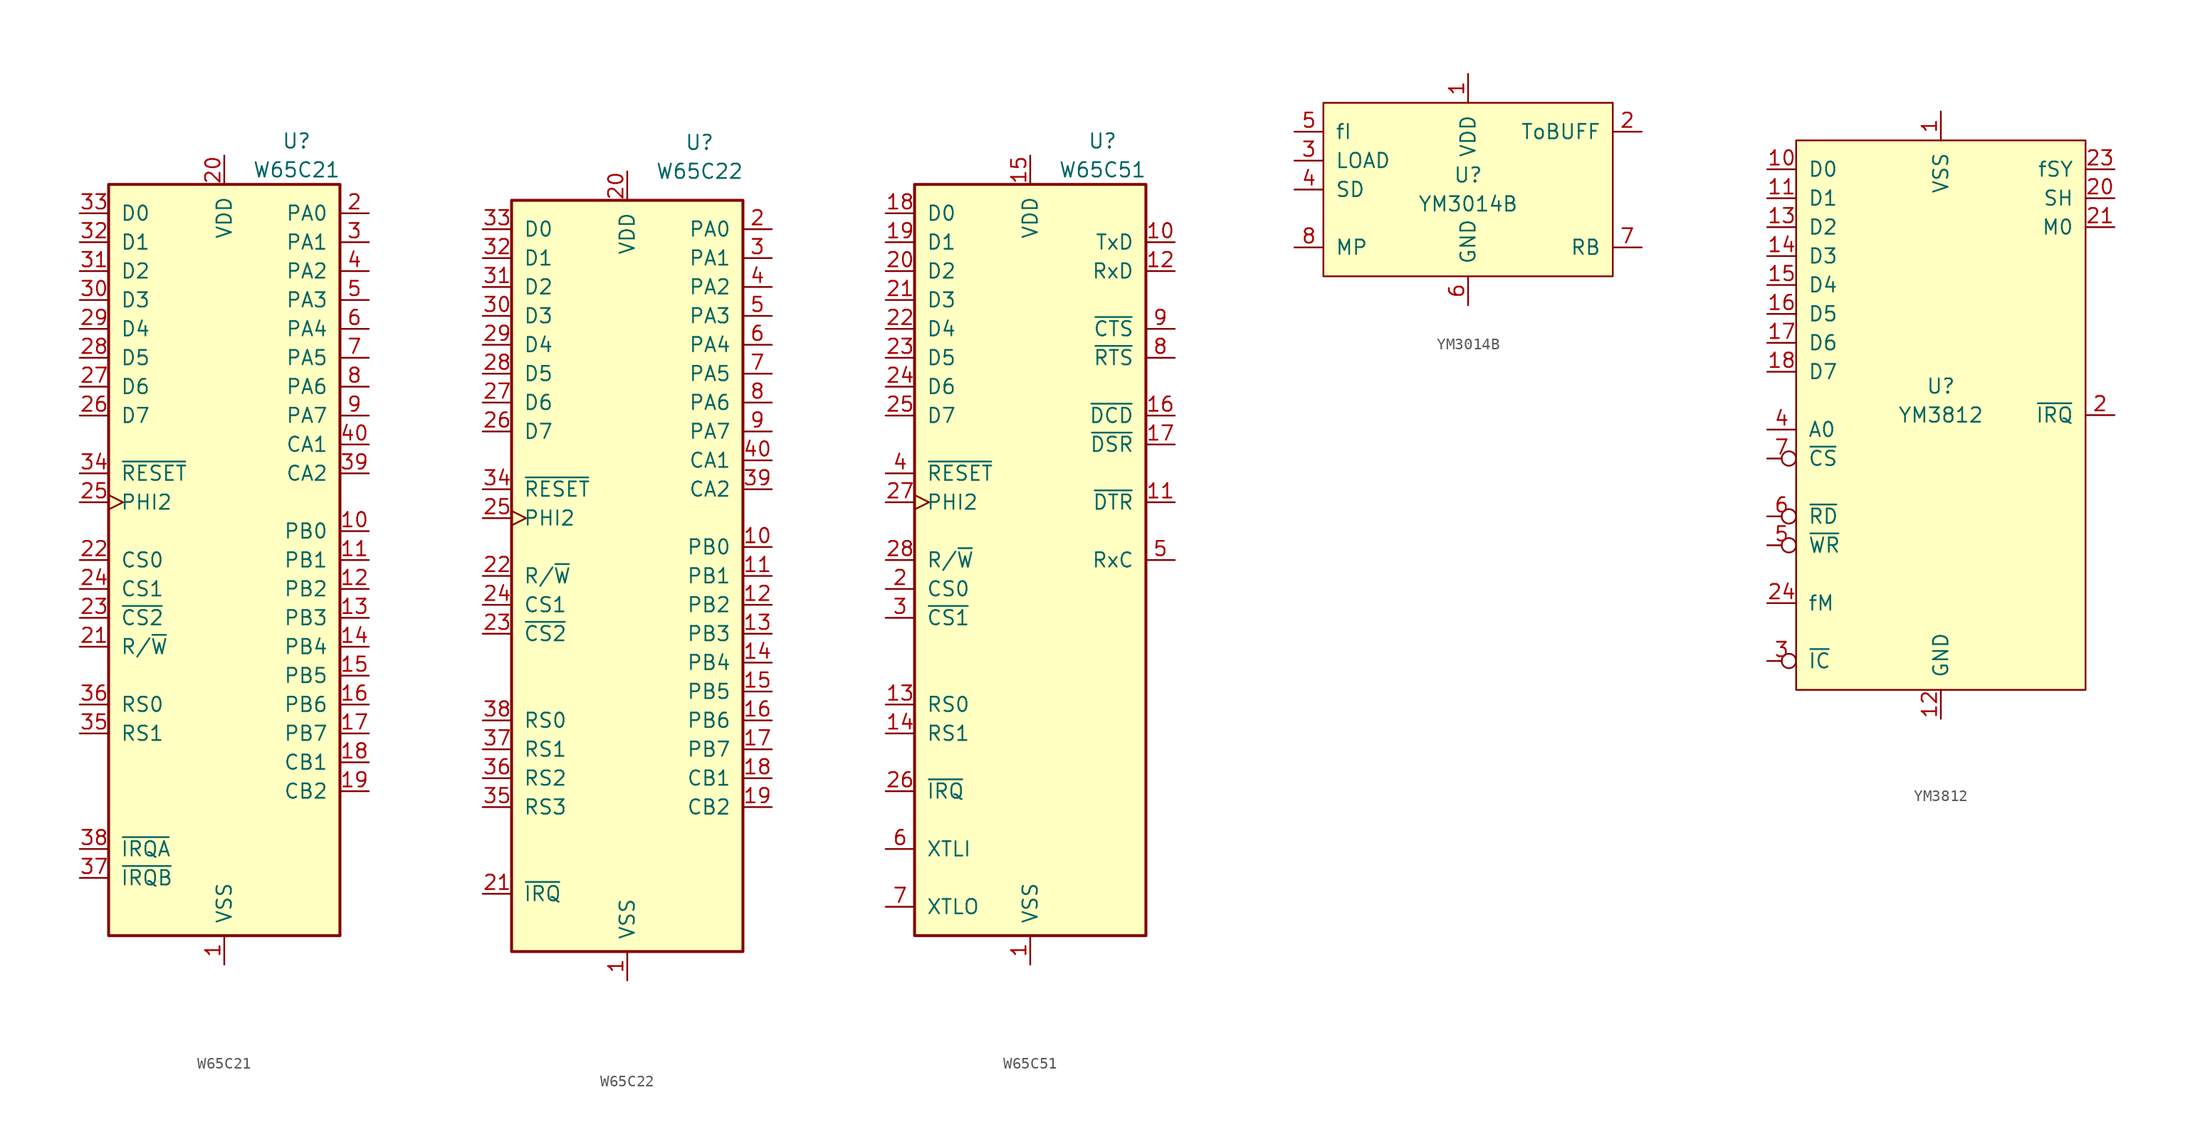
<source format=kicad_sym>
(kicad_symbol_lib
  (version 20211014)
  (generator kicad_symbol_editor)
  (symbol "W65C21"
    (pin_names
      (offset 1.016))
    (property "Reference" "U"
      (at 6.35 36.83 0)
      (effects (font (size 1.27 1.27))))
    (property "Value" "W65C21"
      (at 6.35 34.29 0)
      (effects (font (size 1.27 1.27))))
    (symbol "W65C21_1_1"
      (rectangle (start -10.16 -33.02) (end 10.16 33.02) (stroke (width 0.254) (type default) (color 0 0 0 0)) (fill (type background)))
      (pin power_in line (at 0 -35.56 90) (length 2.54) (name "VSS" (effects (font (size 1.27 1.27)))) (number "1" (effects (font (size 1.27 1.27)))))
      (pin bidirectional line (at 12.7 2.54 180) (length 2.54) (name "PB0" (effects (font (size 1.27 1.27)))) (number "10" (effects (font (size 1.27 1.27)))))
      (pin bidirectional line (at 12.7 0 180) (length 2.54) (name "PB1" (effects (font (size 1.27 1.27)))) (number "11" (effects (font (size 1.27 1.27)))))
      (pin bidirectional line (at 12.7 -2.54 180) (length 2.54) (name "PB2" (effects (font (size 1.27 1.27)))) (number "12" (effects (font (size 1.27 1.27)))))
      (pin bidirectional line (at 12.7 -5.08 180) (length 2.54) (name "PB3" (effects (font (size 1.27 1.27)))) (number "13" (effects (font (size 1.27 1.27)))))
      (pin bidirectional line (at 12.7 -7.62 180) (length 2.54) (name "PB4" (effects (font (size 1.27 1.27)))) (number "14" (effects (font (size 1.27 1.27)))))
      (pin bidirectional line (at 12.7 -10.16 180) (length 2.54) (name "PB5" (effects (font (size 1.27 1.27)))) (number "15" (effects (font (size 1.27 1.27)))))
      (pin bidirectional line (at 12.7 -12.7 180) (length 2.54) (name "PB6" (effects (font (size 1.27 1.27)))) (number "16" (effects (font (size 1.27 1.27)))))
      (pin bidirectional line (at 12.7 -15.24 180) (length 2.54) (name "PB7" (effects (font (size 1.27 1.27)))) (number "17" (effects (font (size 1.27 1.27)))))
      (pin input line (at 12.7 -17.78 180) (length 2.54) (name "CB1" (effects (font (size 1.27 1.27)))) (number "18" (effects (font (size 1.27 1.27)))))
      (pin bidirectional line (at 12.7 -20.32 180) (length 2.54) (name "CB2" (effects (font (size 1.27 1.27)))) (number "19" (effects (font (size 1.27 1.27)))))
      (pin bidirectional line (at 12.7 30.48 180) (length 2.54) (name "PA0" (effects (font (size 1.27 1.27)))) (number "2" (effects (font (size 1.27 1.27)))))
      (pin power_in line (at 0 35.56 270) (length 2.54) (name "VDD" (effects (font (size 1.27 1.27)))) (number "20" (effects (font (size 1.27 1.27)))))
      (pin input line (at -12.7 -7.62 0) (length 2.54) (name "R/~{W}" (effects (font (size 1.27 1.27)))) (number "21" (effects (font (size 1.27 1.27)))))
      (pin input line (at -12.7 0 0) (length 2.54) (name "CS0" (effects (font (size 1.27 1.27)))) (number "22" (effects (font (size 1.27 1.27)))))
      (pin input line (at -12.7 -5.08 0) (length 2.54) (name "~{CS2}" (effects (font (size 1.27 1.27)))) (number "23" (effects (font (size 1.27 1.27)))))
      (pin input line (at -12.7 -2.54 0) (length 2.54) (name "CS1" (effects (font (size 1.27 1.27)))) (number "24" (effects (font (size 1.27 1.27)))))
      (pin input clock (at -12.7 5.08 0) (length 2.54) (name "PHI2" (effects (font (size 1.27 1.27)))) (number "25" (effects (font (size 1.27 1.27)))))
      (pin bidirectional line (at -12.7 12.7 0) (length 2.54) (name "D7" (effects (font (size 1.27 1.27)))) (number "26" (effects (font (size 1.27 1.27)))))
      (pin bidirectional line (at -12.7 15.24 0) (length 2.54) (name "D6" (effects (font (size 1.27 1.27)))) (number "27" (effects (font (size 1.27 1.27)))))
      (pin bidirectional line (at -12.7 17.78 0) (length 2.54) (name "D5" (effects (font (size 1.27 1.27)))) (number "28" (effects (font (size 1.27 1.27)))))
      (pin bidirectional line (at -12.7 20.32 0) (length 2.54) (name "D4" (effects (font (size 1.27 1.27)))) (number "29" (effects (font (size 1.27 1.27)))))
      (pin bidirectional line (at 12.7 27.94 180) (length 2.54) (name "PA1" (effects (font (size 1.27 1.27)))) (number "3" (effects (font (size 1.27 1.27)))))
      (pin bidirectional line (at -12.7 22.86 0) (length 2.54) (name "D3" (effects (font (size 1.27 1.27)))) (number "30" (effects (font (size 1.27 1.27)))))
      (pin bidirectional line (at -12.7 25.4 0) (length 2.54) (name "D2" (effects (font (size 1.27 1.27)))) (number "31" (effects (font (size 1.27 1.27)))))
      (pin bidirectional line (at -12.7 27.94 0) (length 2.54) (name "D1" (effects (font (size 1.27 1.27)))) (number "32" (effects (font (size 1.27 1.27)))))
      (pin bidirectional line (at -12.7 30.48 0) (length 2.54) (name "D0" (effects (font (size 1.27 1.27)))) (number "33" (effects (font (size 1.27 1.27)))))
      (pin input line (at -12.7 7.62 0) (length 2.54) (name "~{RESET}" (effects (font (size 1.27 1.27)))) (number "34" (effects (font (size 1.27 1.27)))))
      (pin input line (at -12.7 -15.24 0) (length 2.54) (name "RS1" (effects (font (size 1.27 1.27)))) (number "35" (effects (font (size 1.27 1.27)))))
      (pin input line (at -12.7 -12.7 0) (length 2.54) (name "RS0" (effects (font (size 1.27 1.27)))) (number "36" (effects (font (size 1.27 1.27)))))
      (pin output line (at -12.7 -27.94 0) (length 2.54) (name "~{IRQB}" (effects (font (size 1.27 1.27)))) (number "37" (effects (font (size 1.27 1.27)))))
      (pin output line (at -12.7 -25.4 0) (length 2.54) (name "~{IRQA}" (effects (font (size 1.27 1.27)))) (number "38" (effects (font (size 1.27 1.27)))))
      (pin bidirectional line (at 12.7 7.62 180) (length 2.54) (name "CA2" (effects (font (size 1.27 1.27)))) (number "39" (effects (font (size 1.27 1.27)))))
      (pin bidirectional line (at 12.7 25.4 180) (length 2.54) (name "PA2" (effects (font (size 1.27 1.27)))) (number "4" (effects (font (size 1.27 1.27)))))
      (pin input line (at 12.7 10.16 180) (length 2.54) (name "CA1" (effects (font (size 1.27 1.27)))) (number "40" (effects (font (size 1.27 1.27)))))
      (pin bidirectional line (at 12.7 22.86 180) (length 2.54) (name "PA3" (effects (font (size 1.27 1.27)))) (number "5" (effects (font (size 1.27 1.27)))))
      (pin bidirectional line (at 12.7 20.32 180) (length 2.54) (name "PA4" (effects (font (size 1.27 1.27)))) (number "6" (effects (font (size 1.27 1.27)))))
      (pin bidirectional line (at 12.7 17.78 180) (length 2.54) (name "PA5" (effects (font (size 1.27 1.27)))) (number "7" (effects (font (size 1.27 1.27)))))
      (pin bidirectional line (at 12.7 15.24 180) (length 2.54) (name "PA6" (effects (font (size 1.27 1.27)))) (number "8" (effects (font (size 1.27 1.27)))))
      (pin bidirectional line (at 12.7 12.7 180) (length 2.54) (name "PA7" (effects (font (size 1.27 1.27)))) (number "9" (effects (font (size 1.27 1.27)))))))
  (symbol "W65C22"
    (pin_names
      (offset 1.016))
    (property "Reference" "U"
      (at 6.35 36.83 0)
      (effects (font (size 1.27 1.27))))
    (property "Value" "W65C22"
      (at 6.35 34.29 0)
      (effects (font (size 1.27 1.27))))
    (symbol "W65C22_1_1"
      (rectangle (start -10.16 -34.29) (end 10.16 31.75) (stroke (width 0.254) (type default) (color 0 0 0 0)) (fill (type background)))
      (pin power_in line (at 0 -36.83 90) (length 2.54) (name "VSS" (effects (font (size 1.27 1.27)))) (number "1" (effects (font (size 1.27 1.27)))))
      (pin bidirectional line (at 12.7 1.27 180) (length 2.54) (name "PB0" (effects (font (size 1.27 1.27)))) (number "10" (effects (font (size 1.27 1.27)))))
      (pin bidirectional line (at 12.7 -1.27 180) (length 2.54) (name "PB1" (effects (font (size 1.27 1.27)))) (number "11" (effects (font (size 1.27 1.27)))))
      (pin bidirectional line (at 12.7 -3.81 180) (length 2.54) (name "PB2" (effects (font (size 1.27 1.27)))) (number "12" (effects (font (size 1.27 1.27)))))
      (pin bidirectional line (at 12.7 -6.35 180) (length 2.54) (name "PB3" (effects (font (size 1.27 1.27)))) (number "13" (effects (font (size 1.27 1.27)))))
      (pin bidirectional line (at 12.7 -8.89 180) (length 2.54) (name "PB4" (effects (font (size 1.27 1.27)))) (number "14" (effects (font (size 1.27 1.27)))))
      (pin bidirectional line (at 12.7 -11.43 180) (length 2.54) (name "PB5" (effects (font (size 1.27 1.27)))) (number "15" (effects (font (size 1.27 1.27)))))
      (pin bidirectional line (at 12.7 -13.97 180) (length 2.54) (name "PB6" (effects (font (size 1.27 1.27)))) (number "16" (effects (font (size 1.27 1.27)))))
      (pin bidirectional line (at 12.7 -16.51 180) (length 2.54) (name "PB7" (effects (font (size 1.27 1.27)))) (number "17" (effects (font (size 1.27 1.27)))))
      (pin input line (at 12.7 -19.05 180) (length 2.54) (name "CB1" (effects (font (size 1.27 1.27)))) (number "18" (effects (font (size 1.27 1.27)))))
      (pin bidirectional line (at 12.7 -21.59 180) (length 2.54) (name "CB2" (effects (font (size 1.27 1.27)))) (number "19" (effects (font (size 1.27 1.27)))))
      (pin bidirectional line (at 12.7 29.21 180) (length 2.54) (name "PA0" (effects (font (size 1.27 1.27)))) (number "2" (effects (font (size 1.27 1.27)))))
      (pin power_in line (at 0 34.29 270) (length 2.54) (name "VDD" (effects (font (size 1.27 1.27)))) (number "20" (effects (font (size 1.27 1.27)))))
      (pin output line (at -12.7 -29.21 0) (length 2.54) (name "~{IRQ}" (effects (font (size 1.27 1.27)))) (number "21" (effects (font (size 1.27 1.27)))))
      (pin input line (at -12.7 -1.27 0) (length 2.54) (name "R/~{W}" (effects (font (size 1.27 1.27)))) (number "22" (effects (font (size 1.27 1.27)))))
      (pin input line (at -12.7 -6.35 0) (length 2.54) (name "~{CS2}" (effects (font (size 1.27 1.27)))) (number "23" (effects (font (size 1.27 1.27)))))
      (pin input line (at -12.7 -3.81 0) (length 2.54) (name "CS1" (effects (font (size 1.27 1.27)))) (number "24" (effects (font (size 1.27 1.27)))))
      (pin input clock (at -12.7 3.81 0) (length 2.54) (name "PHI2" (effects (font (size 1.27 1.27)))) (number "25" (effects (font (size 1.27 1.27)))))
      (pin bidirectional line (at -12.7 11.43 0) (length 2.54) (name "D7" (effects (font (size 1.27 1.27)))) (number "26" (effects (font (size 1.27 1.27)))))
      (pin bidirectional line (at -12.7 13.97 0) (length 2.54) (name "D6" (effects (font (size 1.27 1.27)))) (number "27" (effects (font (size 1.27 1.27)))))
      (pin bidirectional line (at -12.7 16.51 0) (length 2.54) (name "D5" (effects (font (size 1.27 1.27)))) (number "28" (effects (font (size 1.27 1.27)))))
      (pin bidirectional line (at -12.7 19.05 0) (length 2.54) (name "D4" (effects (font (size 1.27 1.27)))) (number "29" (effects (font (size 1.27 1.27)))))
      (pin bidirectional line (at 12.7 26.67 180) (length 2.54) (name "PA1" (effects (font (size 1.27 1.27)))) (number "3" (effects (font (size 1.27 1.27)))))
      (pin bidirectional line (at -12.7 21.59 0) (length 2.54) (name "D3" (effects (font (size 1.27 1.27)))) (number "30" (effects (font (size 1.27 1.27)))))
      (pin bidirectional line (at -12.7 24.13 0) (length 2.54) (name "D2" (effects (font (size 1.27 1.27)))) (number "31" (effects (font (size 1.27 1.27)))))
      (pin bidirectional line (at -12.7 26.67 0) (length 2.54) (name "D1" (effects (font (size 1.27 1.27)))) (number "32" (effects (font (size 1.27 1.27)))))
      (pin bidirectional line (at -12.7 29.21 0) (length 2.54) (name "D0" (effects (font (size 1.27 1.27)))) (number "33" (effects (font (size 1.27 1.27)))))
      (pin input line (at -12.7 6.35 0) (length 2.54) (name "~{RESET}" (effects (font (size 1.27 1.27)))) (number "34" (effects (font (size 1.27 1.27)))))
      (pin input line (at -12.7 -21.59 0) (length 2.54) (name "RS3" (effects (font (size 1.27 1.27)))) (number "35" (effects (font (size 1.27 1.27)))))
      (pin input line (at -12.7 -19.05 0) (length 2.54) (name "RS2" (effects (font (size 1.27 1.27)))) (number "36" (effects (font (size 1.27 1.27)))))
      (pin input line (at -12.7 -16.51 0) (length 2.54) (name "RS1" (effects (font (size 1.27 1.27)))) (number "37" (effects (font (size 1.27 1.27)))))
      (pin input line (at -12.7 -13.97 0) (length 2.54) (name "RS0" (effects (font (size 1.27 1.27)))) (number "38" (effects (font (size 1.27 1.27)))))
      (pin bidirectional line (at 12.7 6.35 180) (length 2.54) (name "CA2" (effects (font (size 1.27 1.27)))) (number "39" (effects (font (size 1.27 1.27)))))
      (pin bidirectional line (at 12.7 24.13 180) (length 2.54) (name "PA2" (effects (font (size 1.27 1.27)))) (number "4" (effects (font (size 1.27 1.27)))))
      (pin input line (at 12.7 8.89 180) (length 2.54) (name "CA1" (effects (font (size 1.27 1.27)))) (number "40" (effects (font (size 1.27 1.27)))))
      (pin bidirectional line (at 12.7 21.59 180) (length 2.54) (name "PA3" (effects (font (size 1.27 1.27)))) (number "5" (effects (font (size 1.27 1.27)))))
      (pin bidirectional line (at 12.7 19.05 180) (length 2.54) (name "PA4" (effects (font (size 1.27 1.27)))) (number "6" (effects (font (size 1.27 1.27)))))
      (pin bidirectional line (at 12.7 16.51 180) (length 2.54) (name "PA5" (effects (font (size 1.27 1.27)))) (number "7" (effects (font (size 1.27 1.27)))))
      (pin bidirectional line (at 12.7 13.97 180) (length 2.54) (name "PA6" (effects (font (size 1.27 1.27)))) (number "8" (effects (font (size 1.27 1.27)))))
      (pin bidirectional line (at 12.7 11.43 180) (length 2.54) (name "PA7" (effects (font (size 1.27 1.27)))) (number "9" (effects (font (size 1.27 1.27)))))))
  (symbol "W65C51"
    (pin_names
      (offset 1.016))
    (property "Reference" "U"
      (at 6.35 34.29 0)
      (effects (font (size 1.27 1.27))))
    (property "Value" "W65C51"
      (at 6.35 31.75 0)
      (effects (font (size 1.27 1.27))))
    (symbol "W65C51_1_1"
      (rectangle (start -10.16 -35.56) (end 10.16 30.48) (stroke (width 0.254) (type default) (color 0 0 0 0)) (fill (type background)))
      (pin power_in line (at 0 -38.1 90) (length 2.54) (name "VSS" (effects (font (size 1.27 1.27)))) (number "1" (effects (font (size 1.27 1.27)))))
      (pin output line (at 12.7 25.4 180) (length 2.54) (name "TxD" (effects (font (size 1.27 1.27)))) (number "10" (effects (font (size 1.27 1.27)))))
      (pin output line (at 12.7 2.54 180) (length 2.54) (name "~{DTR}" (effects (font (size 1.27 1.27)))) (number "11" (effects (font (size 1.27 1.27)))))
      (pin input line (at 12.7 22.86 180) (length 2.54) (name "RxD" (effects (font (size 1.27 1.27)))) (number "12" (effects (font (size 1.27 1.27)))))
      (pin input line (at -12.7 -15.24 0) (length 2.54) (name "RS0" (effects (font (size 1.27 1.27)))) (number "13" (effects (font (size 1.27 1.27)))))
      (pin input line (at -12.7 -17.78 0) (length 2.54) (name "RS1" (effects (font (size 1.27 1.27)))) (number "14" (effects (font (size 1.27 1.27)))))
      (pin power_in line (at 0 33.02 270) (length 2.54) (name "VDD" (effects (font (size 1.27 1.27)))) (number "15" (effects (font (size 1.27 1.27)))))
      (pin input line (at 12.7 10.16 180) (length 2.54) (name "~{DCD}" (effects (font (size 1.27 1.27)))) (number "16" (effects (font (size 1.27 1.27)))))
      (pin input line (at 12.7 7.62 180) (length 2.54) (name "~{DSR}" (effects (font (size 1.27 1.27)))) (number "17" (effects (font (size 1.27 1.27)))))
      (pin bidirectional line (at -12.7 27.94 0) (length 2.54) (name "D0" (effects (font (size 1.27 1.27)))) (number "18" (effects (font (size 1.27 1.27)))))
      (pin bidirectional line (at -12.7 25.4 0) (length 2.54) (name "D1" (effects (font (size 1.27 1.27)))) (number "19" (effects (font (size 1.27 1.27)))))
      (pin input line (at -12.7 -5.08 0) (length 2.54) (name "CS0" (effects (font (size 1.27 1.27)))) (number "2" (effects (font (size 1.27 1.27)))))
      (pin bidirectional line (at -12.7 22.86 0) (length 2.54) (name "D2" (effects (font (size 1.27 1.27)))) (number "20" (effects (font (size 1.27 1.27)))))
      (pin bidirectional line (at -12.7 20.32 0) (length 2.54) (name "D3" (effects (font (size 1.27 1.27)))) (number "21" (effects (font (size 1.27 1.27)))))
      (pin bidirectional line (at -12.7 17.78 0) (length 2.54) (name "D4" (effects (font (size 1.27 1.27)))) (number "22" (effects (font (size 1.27 1.27)))))
      (pin bidirectional line (at -12.7 15.24 0) (length 2.54) (name "D5" (effects (font (size 1.27 1.27)))) (number "23" (effects (font (size 1.27 1.27)))))
      (pin bidirectional line (at -12.7 12.7 0) (length 2.54) (name "D6" (effects (font (size 1.27 1.27)))) (number "24" (effects (font (size 1.27 1.27)))))
      (pin bidirectional line (at -12.7 10.16 0) (length 2.54) (name "D7" (effects (font (size 1.27 1.27)))) (number "25" (effects (font (size 1.27 1.27)))))
      (pin output line (at -12.7 -22.86 0) (length 2.54) (name "~{IRQ}" (effects (font (size 1.27 1.27)))) (number "26" (effects (font (size 1.27 1.27)))))
      (pin input clock (at -12.7 2.54 0) (length 2.54) (name "PHI2" (effects (font (size 1.27 1.27)))) (number "27" (effects (font (size 1.27 1.27)))))
      (pin input line (at -12.7 -2.54 0) (length 2.54) (name "R/~{W}" (effects (font (size 1.27 1.27)))) (number "28" (effects (font (size 1.27 1.27)))))
      (pin input line (at -12.7 -7.62 0) (length 2.54) (name "~{CS1}" (effects (font (size 1.27 1.27)))) (number "3" (effects (font (size 1.27 1.27)))))
      (pin input line (at -12.7 5.08 0) (length 2.54) (name "~{RESET}" (effects (font (size 1.27 1.27)))) (number "4" (effects (font (size 1.27 1.27)))))
      (pin bidirectional line (at 12.7 -2.54 180) (length 2.54) (name "RxC" (effects (font (size 1.27 1.27)))) (number "5" (effects (font (size 1.27 1.27)))))
      (pin input line (at -12.7 -27.94 0) (length 2.54) (name "XTLI" (effects (font (size 1.27 1.27)))) (number "6" (effects (font (size 1.27 1.27)))))
      (pin input line (at -12.7 -33.02 0) (length 2.54) (name "XTLO" (effects (font (size 1.27 1.27)))) (number "7" (effects (font (size 1.27 1.27)))))
      (pin output line (at 12.7 15.24 180) (length 2.54) (name "~{RTS}" (effects (font (size 1.27 1.27)))) (number "8" (effects (font (size 1.27 1.27)))))
      (pin input line (at 12.7 17.78 180) (length 2.54) (name "~{CTS}" (effects (font (size 1.27 1.27)))) (number "9" (effects (font (size 1.27 1.27)))))))
  (symbol "YM3014B"
    (pin_names
      (offset 1.016))
    (property "Reference" "U"
      (at 0 1.27 0)
      (effects (font (size 1.27 1.27))))
    (property "Value" "YM3014B"
      (at 0 -1.27 0)
      (effects (font (size 1.27 1.27))))
    (symbol "YM3014B_0_1"
      (rectangle (start -12.7 7.62) (end 12.7 -7.62) (stroke (width 0) (type default) (color 0 0 0 0)) (fill (type background))))
    (symbol "YM3014B_1_1"
      (pin power_in line (at 0 10.16 270) (length 2.54) (name "VDD" (effects (font (size 1.27 1.27)))) (number "1" (effects (font (size 1.27 1.27)))))
      (pin output line (at 15.24 5.08 180) (length 2.54) (name "ToBUFF" (effects (font (size 1.27 1.27)))) (number "2" (effects (font (size 1.27 1.27)))))
      (pin input line (at -15.24 2.54 0) (length 2.54) (name "LOAD" (effects (font (size 1.27 1.27)))) (number "3" (effects (font (size 1.27 1.27)))))
      (pin input line (at -15.24 0 0) (length 2.54) (name "SD" (effects (font (size 1.27 1.27)))) (number "4" (effects (font (size 1.27 1.27)))))
      (pin input line (at -15.24 5.08 0) (length 2.54) (name "fI" (effects (font (size 1.27 1.27)))) (number "5" (effects (font (size 1.27 1.27)))))
      (pin power_in line (at 0 -10.16 90) (length 2.54) (name "GND" (effects (font (size 1.27 1.27)))) (number "6" (effects (font (size 1.27 1.27)))))
      (pin output line (at 15.24 -5.08 180) (length 2.54) (name "RB" (effects (font (size 1.27 1.27)))) (number "7" (effects (font (size 1.27 1.27)))))
      (pin input line (at -15.24 -5.08 0) (length 2.54) (name "MP" (effects (font (size 1.27 1.27)))) (number "8" (effects (font (size 1.27 1.27)))))))
  (symbol "YM3812"
    (pin_names
      (offset 1.016))
    (property "Reference" "U"
      (at 0 2.54 0)
      (effects (font (size 1.27 1.27))))
    (property "Value" "YM3812"
      (at 0 0 0)
      (effects (font (size 1.27 1.27))))
    (symbol "YM3812_0_1"
      (rectangle (start -12.7 24.13) (end 12.7 -24.13) (stroke (width 0) (type default) (color 0 0 0 0)) (fill (type background))))
    (symbol "YM3812_1_1"
      (pin power_in line (at 0 26.67 270) (length 2.54) (name "VSS" (effects (font (size 1.27 1.27)))) (number "1" (effects (font (size 1.27 1.27)))))
      (pin bidirectional line (at -15.24 21.59 0) (length 2.54) (name "D0" (effects (font (size 1.27 1.27)))) (number "10" (effects (font (size 1.27 1.27)))))
      (pin bidirectional line (at -15.24 19.05 0) (length 2.54) (name "D1" (effects (font (size 1.27 1.27)))) (number "11" (effects (font (size 1.27 1.27)))))
      (pin power_in line (at 0 -26.67 90) (length 2.54) (name "GND" (effects (font (size 1.27 1.27)))) (number "12" (effects (font (size 1.27 1.27)))))
      (pin bidirectional line (at -15.24 16.51 0) (length 2.54) (name "D2" (effects (font (size 1.27 1.27)))) (number "13" (effects (font (size 1.27 1.27)))))
      (pin bidirectional line (at -15.24 13.97 0) (length 2.54) (name "D3" (effects (font (size 1.27 1.27)))) (number "14" (effects (font (size 1.27 1.27)))))
      (pin bidirectional line (at -15.24 11.43 0) (length 2.54) (name "D4" (effects (font (size 1.27 1.27)))) (number "15" (effects (font (size 1.27 1.27)))))
      (pin bidirectional line (at -15.24 8.89 0) (length 2.54) (name "D5" (effects (font (size 1.27 1.27)))) (number "16" (effects (font (size 1.27 1.27)))))
      (pin bidirectional line (at -15.24 6.35 0) (length 2.54) (name "D6" (effects (font (size 1.27 1.27)))) (number "17" (effects (font (size 1.27 1.27)))))
      (pin bidirectional line (at -15.24 3.81 0) (length 2.54) (name "D7" (effects (font (size 1.27 1.27)))) (number "18" (effects (font (size 1.27 1.27)))))
      (pin output line (at 15.24 0 180) (length 2.54) (name "~{IRQ}" (effects (font (size 1.27 1.27)))) (number "2" (effects (font (size 1.27 1.27)))))
      (pin output line (at 15.24 19.05 180) (length 2.54) (name "SH" (effects (font (size 1.27 1.27)))) (number "20" (effects (font (size 1.27 1.27)))))
      (pin output line (at 15.24 16.51 180) (length 2.54) (name "M0" (effects (font (size 1.27 1.27)))) (number "21" (effects (font (size 1.27 1.27)))))
      (pin output line (at 15.24 21.59 180) (length 2.54) (name "fSY" (effects (font (size 1.27 1.27)))) (number "23" (effects (font (size 1.27 1.27)))))
      (pin input line (at -15.24 -16.51 0) (length 2.54) (name "fM" (effects (font (size 1.27 1.27)))) (number "24" (effects (font (size 1.27 1.27)))))
      (pin input inverted (at -15.24 -21.59 0) (length 2.54) (name "~{IC}" (effects (font (size 1.27 1.27)))) (number "3" (effects (font (size 1.27 1.27)))))
      (pin input line (at -15.24 -1.27 0) (length 2.54) (name "A0" (effects (font (size 1.27 1.27)))) (number "4" (effects (font (size 1.27 1.27)))))
      (pin input inverted (at -15.24 -11.43 0) (length 2.54) (name "~{WR}" (effects (font (size 1.27 1.27)))) (number "5" (effects (font (size 1.27 1.27)))))
      (pin input inverted (at -15.24 -8.89 0) (length 2.54) (name "~{RD}" (effects (font (size 1.27 1.27)))) (number "6" (effects (font (size 1.27 1.27)))))
      (pin input inverted (at -15.24 -3.81 0) (length 2.54) (name "~{CS}" (effects (font (size 1.27 1.27)))) (number "7" (effects (font (size 1.27 1.27))))))))
</source>
